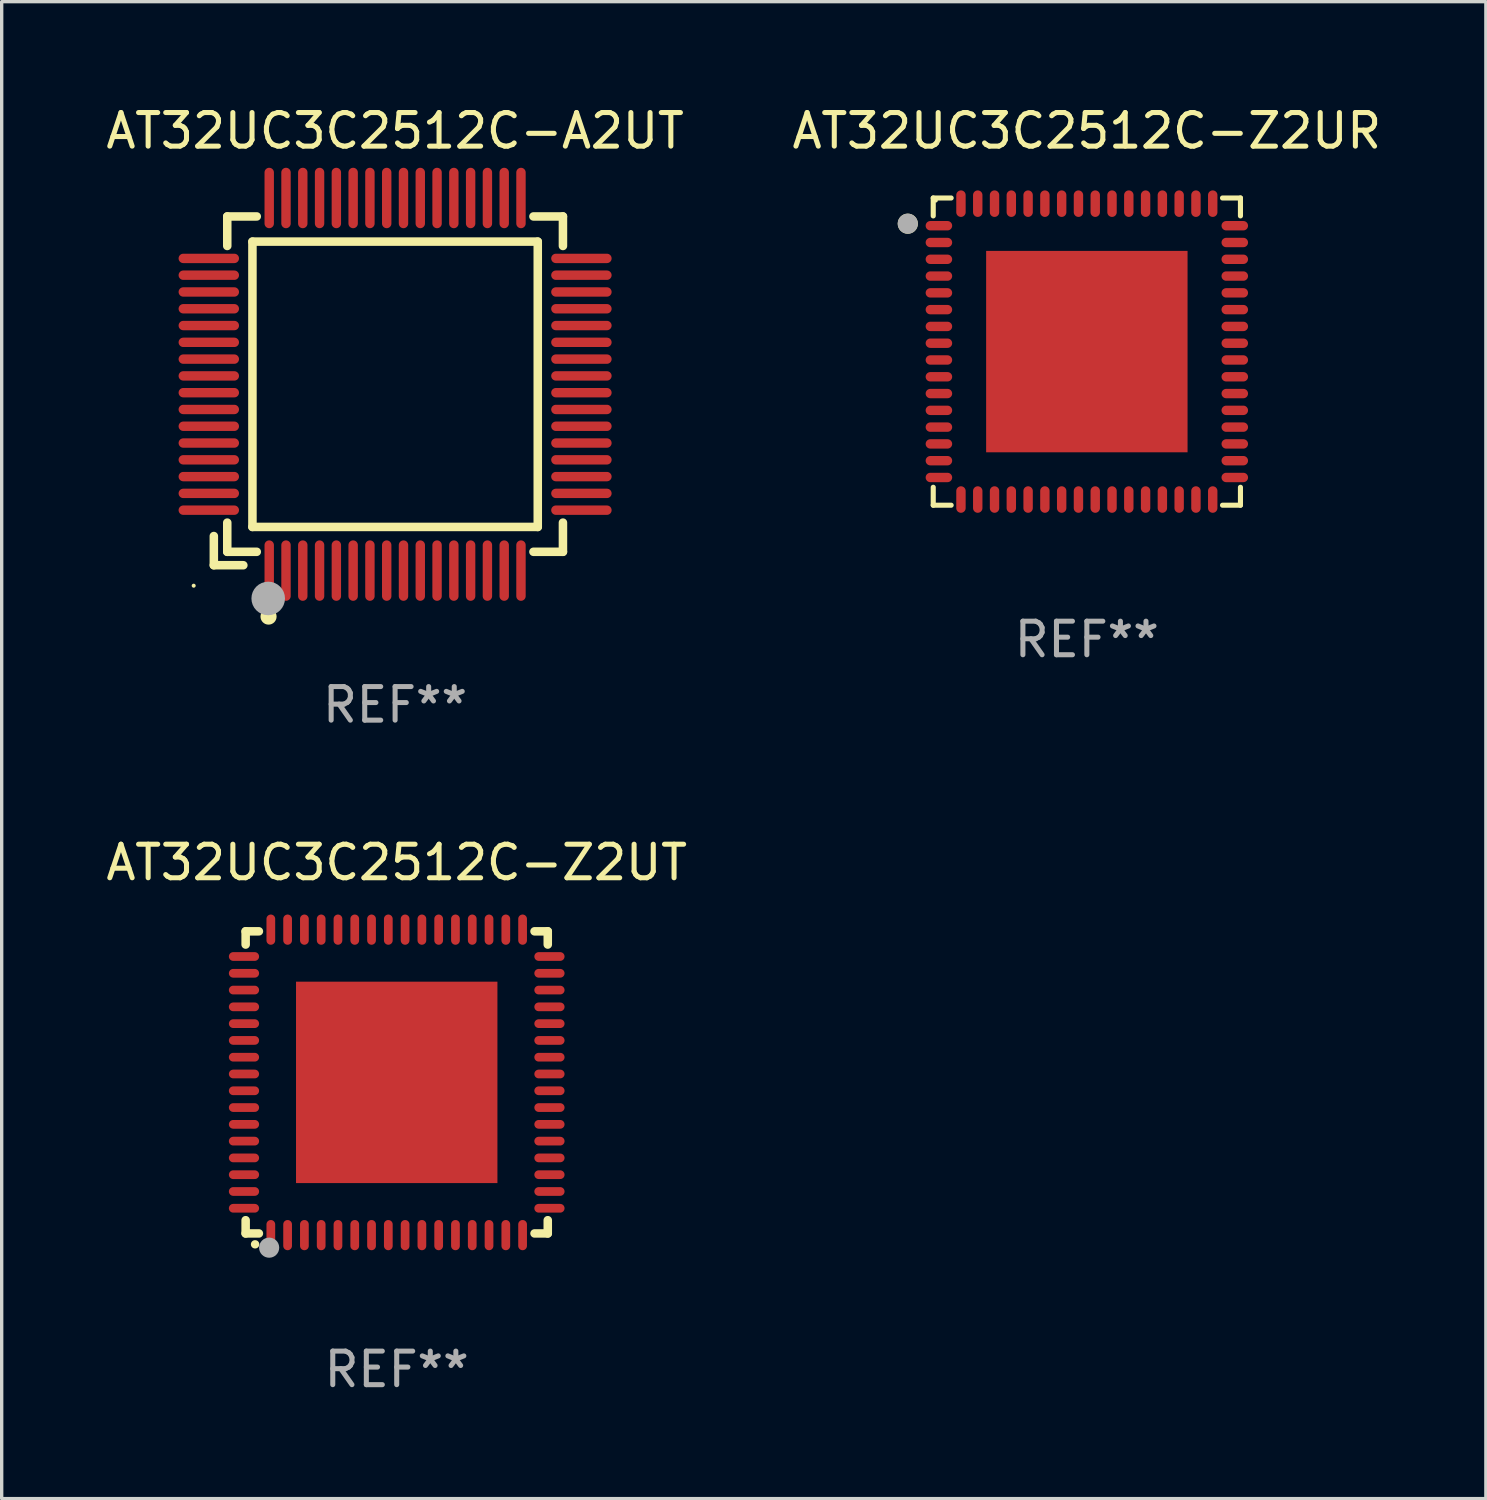
<source format=kicad_pcb>
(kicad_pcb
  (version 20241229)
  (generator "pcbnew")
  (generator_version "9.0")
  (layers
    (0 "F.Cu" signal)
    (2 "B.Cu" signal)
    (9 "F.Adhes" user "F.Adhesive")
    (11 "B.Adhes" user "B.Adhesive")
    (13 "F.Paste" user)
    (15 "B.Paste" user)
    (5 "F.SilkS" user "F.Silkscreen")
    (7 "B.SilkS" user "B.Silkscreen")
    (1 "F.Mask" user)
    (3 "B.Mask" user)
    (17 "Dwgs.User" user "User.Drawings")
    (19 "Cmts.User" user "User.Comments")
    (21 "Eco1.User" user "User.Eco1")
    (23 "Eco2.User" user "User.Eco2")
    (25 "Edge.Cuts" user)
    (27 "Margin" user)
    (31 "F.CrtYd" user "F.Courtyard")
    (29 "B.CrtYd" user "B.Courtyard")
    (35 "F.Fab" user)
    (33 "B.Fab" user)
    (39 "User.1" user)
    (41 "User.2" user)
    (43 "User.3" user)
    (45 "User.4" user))
  (footprint "AT32UC3C2512C-Z2UR"
    (layer "F.Cu")
    (at 29.327 7.424)
    (property "Reference" "AT32UC3C2512C-Z2UR" (at 0 -6.576 0) (layer "F.SilkS") (effects (font (size 1 1) (thickness 0.15))))
    (attr through_hole)
    (fp_line (start -4.576 -4.576) (end -4.042 -4.576) (stroke (width 0.152) (type solid)) (layer "F.SilkS"))
    (fp_line (start -4.576 -4.042) (end -4.576 -4.576) (stroke (width 0.152) (type solid)) (layer "F.SilkS"))
    (fp_line (start -4.576 4.042) (end -4.576 4.576) (stroke (width 0.152) (type solid)) (layer "F.SilkS"))
    (fp_line (start -4.576 4.576) (end -4.042 4.576) (stroke (width 0.152) (type solid)) (layer "F.SilkS"))
    (fp_line (start 4.576 -4.576) (end 4.042 -4.576) (stroke (width 0.152) (type solid)) (layer "F.SilkS"))
    (fp_line (start 4.576 -4.042) (end 4.576 -4.576) (stroke (width 0.152) (type solid)) (layer "F.SilkS"))
    (fp_line (start 4.576 4.042) (end 4.576 4.576) (stroke (width 0.152) (type solid)) (layer "F.SilkS"))
    (fp_line (start 4.576 4.576) (end 4.042 4.576) (stroke (width 0.152) (type solid)) (layer "F.SilkS"))
    (fp_circle (center -5.334 -3.81) (end -5.184 -3.81) (stroke (width 0.3) (type solid)) (fill no) (layer "F.SilkS"))
    (fp_circle (center -4.5 -4.5) (end -4.47 -4.5) (stroke (width 0.06) (type solid)) (fill no) (layer "F.SilkS"))
    (fp_circle (center -5.334 -3.81) (end -5.184 -3.81) (stroke (width 0.3) (type solid)) (fill no) (layer "F.Fab"))
    (fp_text user "REF**" (at 0 8.576 0) (layer "F.Fab") (effects (font (size 1 1) (thickness 0.15))))
    (pad "1" smd oval (at -4.407 -3.75) (size 0.79 0.28) (layers "F.Cu" "F.Mask" "F.Paste"))
    (pad "2" smd oval (at -4.407 -3.25) (size 0.79 0.28) (layers "F.Cu" "F.Mask" "F.Paste"))
    (pad "3" smd oval (at -4.407 -2.75) (size 0.79 0.28) (layers "F.Cu" "F.Mask" "F.Paste"))
    (pad "4" smd oval (at -4.407 -2.25) (size 0.79 0.28) (layers "F.Cu" "F.Mask" "F.Paste"))
    (pad "5" smd oval (at -4.407 -1.75) (size 0.79 0.28) (layers "F.Cu" "F.Mask" "F.Paste"))
    (pad "6" smd oval (at -4.407 -1.25) (size 0.79 0.28) (layers "F.Cu" "F.Mask" "F.Paste"))
    (pad "7" smd oval (at -4.407 -0.75) (size 0.79 0.28) (layers "F.Cu" "F.Mask" "F.Paste"))
    (pad "8" smd oval (at -4.407 -0.25) (size 0.79 0.28) (layers "F.Cu" "F.Mask" "F.Paste"))
    (pad "9" smd oval (at -4.407 0.25) (size 0.79 0.28) (layers "F.Cu" "F.Mask" "F.Paste"))
    (pad "10" smd oval (at -4.407 0.75) (size 0.79 0.28) (layers "F.Cu" "F.Mask" "F.Paste"))
    (pad "11" smd oval (at -4.407 1.25) (size 0.79 0.28) (layers "F.Cu" "F.Mask" "F.Paste"))
    (pad "12" smd oval (at -4.407 1.75) (size 0.79 0.28) (layers "F.Cu" "F.Mask" "F.Paste"))
    (pad "13" smd oval (at -4.407 2.25) (size 0.79 0.28) (layers "F.Cu" "F.Mask" "F.Paste"))
    (pad "14" smd oval (at -4.407 2.75) (size 0.79 0.28) (layers "F.Cu" "F.Mask" "F.Paste"))
    (pad "15" smd oval (at -4.407 3.25) (size 0.79 0.28) (layers "F.Cu" "F.Mask" "F.Paste"))
    (pad "16" smd oval (at -4.407 3.75) (size 0.79 0.28) (layers "F.Cu" "F.Mask" "F.Paste"))
    (pad "17" smd oval (at -3.75 4.407) (size 0.28 0.79) (layers "F.Cu" "F.Mask" "F.Paste"))
    (pad "18" smd oval (at -3.25 4.407) (size 0.28 0.79) (layers "F.Cu" "F.Mask" "F.Paste"))
    (pad "19" smd oval (at -2.75 4.407) (size 0.28 0.79) (layers "F.Cu" "F.Mask" "F.Paste"))
    (pad "20" smd oval (at -2.25 4.407) (size 0.28 0.79) (layers "F.Cu" "F.Mask" "F.Paste"))
    (pad "21" smd oval (at -1.75 4.407) (size 0.28 0.79) (layers "F.Cu" "F.Mask" "F.Paste"))
    (pad "22" smd oval (at -1.25 4.407) (size 0.28 0.79) (layers "F.Cu" "F.Mask" "F.Paste"))
    (pad "23" smd oval (at -0.75 4.407) (size 0.28 0.79) (layers "F.Cu" "F.Mask" "F.Paste"))
    (pad "24" smd oval (at -0.25 4.407) (size 0.28 0.79) (layers "F.Cu" "F.Mask" "F.Paste"))
    (pad "25" smd oval (at 0.25 4.407) (size 0.28 0.79) (layers "F.Cu" "F.Mask" "F.Paste"))
    (pad "26" smd oval (at 0.75 4.407) (size 0.28 0.79) (layers "F.Cu" "F.Mask" "F.Paste"))
    (pad "27" smd oval (at 1.25 4.407) (size 0.28 0.79) (layers "F.Cu" "F.Mask" "F.Paste"))
    (pad "28" smd oval (at 1.75 4.407) (size 0.28 0.79) (layers "F.Cu" "F.Mask" "F.Paste"))
    (pad "29" smd oval (at 2.25 4.407) (size 0.28 0.79) (layers "F.Cu" "F.Mask" "F.Paste"))
    (pad "30" smd oval (at 2.75 4.407) (size 0.28 0.79) (layers "F.Cu" "F.Mask" "F.Paste"))
    (pad "31" smd oval (at 3.25 4.407) (size 0.28 0.79) (layers "F.Cu" "F.Mask" "F.Paste"))
    (pad "32" smd oval (at 3.75 4.407) (size 0.28 0.79) (layers "F.Cu" "F.Mask" "F.Paste"))
    (pad "33" smd oval (at 4.407 3.75) (size 0.79 0.28) (layers "F.Cu" "F.Mask" "F.Paste"))
    (pad "34" smd oval (at 4.407 3.25) (size 0.79 0.28) (layers "F.Cu" "F.Mask" "F.Paste"))
    (pad "35" smd oval (at 4.407 2.75) (size 0.79 0.28) (layers "F.Cu" "F.Mask" "F.Paste"))
    (pad "36" smd oval (at 4.407 2.25) (size 0.79 0.28) (layers "F.Cu" "F.Mask" "F.Paste"))
    (pad "37" smd oval (at 4.407 1.75) (size 0.79 0.28) (layers "F.Cu" "F.Mask" "F.Paste"))
    (pad "38" smd oval (at 4.407 1.25) (size 0.79 0.28) (layers "F.Cu" "F.Mask" "F.Paste"))
    (pad "39" smd oval (at 4.407 0.75) (size 0.79 0.28) (layers "F.Cu" "F.Mask" "F.Paste"))
    (pad "40" smd oval (at 4.407 0.25) (size 0.79 0.28) (layers "F.Cu" "F.Mask" "F.Paste"))
    (pad "41" smd oval (at 4.407 -0.25) (size 0.79 0.28) (layers "F.Cu" "F.Mask" "F.Paste"))
    (pad "42" smd oval (at 4.407 -0.75) (size 0.79 0.28) (layers "F.Cu" "F.Mask" "F.Paste"))
    (pad "43" smd oval (at 4.407 -1.25) (size 0.79 0.28) (layers "F.Cu" "F.Mask" "F.Paste"))
    (pad "44" smd oval (at 4.407 -1.75) (size 0.79 0.28) (layers "F.Cu" "F.Mask" "F.Paste"))
    (pad "45" smd oval (at 4.407 -2.25) (size 0.79 0.28) (layers "F.Cu" "F.Mask" "F.Paste"))
    (pad "46" smd oval (at 4.407 -2.75) (size 0.79 0.28) (layers "F.Cu" "F.Mask" "F.Paste"))
    (pad "47" smd oval (at 4.407 -3.25) (size 0.79 0.28) (layers "F.Cu" "F.Mask" "F.Paste"))
    (pad "48" smd oval (at 4.407 -3.75) (size 0.79 0.28) (layers "F.Cu" "F.Mask" "F.Paste"))
    (pad "49" smd oval (at 3.75 -4.407) (size 0.28 0.79) (layers "F.Cu" "F.Mask" "F.Paste"))
    (pad "50" smd oval (at 3.25 -4.407) (size 0.28 0.79) (layers "F.Cu" "F.Mask" "F.Paste"))
    (pad "51" smd oval (at 2.75 -4.407) (size 0.28 0.79) (layers "F.Cu" "F.Mask" "F.Paste"))
    (pad "52" smd oval (at 2.25 -4.407) (size 0.28 0.79) (layers "F.Cu" "F.Mask" "F.Paste"))
    (pad "53" smd oval (at 1.75 -4.407) (size 0.28 0.79) (layers "F.Cu" "F.Mask" "F.Paste"))
    (pad "54" smd oval (at 1.25 -4.407) (size 0.28 0.79) (layers "F.Cu" "F.Mask" "F.Paste"))
    (pad "55" smd oval (at 0.75 -4.407) (size 0.28 0.79) (layers "F.Cu" "F.Mask" "F.Paste"))
    (pad "56" smd oval (at 0.25 -4.407) (size 0.28 0.79) (layers "F.Cu" "F.Mask" "F.Paste"))
    (pad "57" smd oval (at -0.25 -4.407) (size 0.28 0.79) (layers "F.Cu" "F.Mask" "F.Paste"))
    (pad "58" smd oval (at -0.75 -4.407) (size 0.28 0.79) (layers "F.Cu" "F.Mask" "F.Paste"))
    (pad "59" smd oval (at -1.25 -4.407) (size 0.28 0.79) (layers "F.Cu" "F.Mask" "F.Paste"))
    (pad "60" smd oval (at -1.75 -4.407) (size 0.28 0.79) (layers "F.Cu" "F.Mask" "F.Paste"))
    (pad "61" smd oval (at -2.25 -4.407) (size 0.28 0.79) (layers "F.Cu" "F.Mask" "F.Paste"))
    (pad "62" smd oval (at -2.75 -4.407) (size 0.28 0.79) (layers "F.Cu" "F.Mask" "F.Paste"))
    (pad "63" smd oval (at -3.25 -4.407) (size 0.28 0.79) (layers "F.Cu" "F.Mask" "F.Paste"))
    (pad "64" smd oval (at -3.75 -4.407) (size 0.28 0.79) (layers "F.Cu" "F.Mask" "F.Paste"))
    (pad "65" smd rect (at 0 0) (size 6 6) (layers "F.Cu" "F.Mask" "F.Paste")))
  (footprint "AT32UC3C2512C-Z2UT"
    (layer "F.Cu")
    (at 8.768 29.194)
    (property "Reference" "AT32UC3C2512C-Z2UT" (at 0 -6.55 0) (layer "F.SilkS") (effects (font (size 1 1) (thickness 0.15))))
    (attr through_hole)
    (fp_line (start -4.5 -4.5) (end -4.106 -4.5) (stroke (width 0.254) (type solid)) (layer "F.SilkS"))
    (fp_line (start -4.5 -4.106) (end -4.5 -4.5) (stroke (width 0.254) (type solid)) (layer "F.SilkS"))
    (fp_line (start -4.5 4.5) (end -4.5 4.106) (stroke (width 0.254) (type solid)) (layer "F.SilkS"))
    (fp_line (start -4.106 4.5) (end -4.5 4.5) (stroke (width 0.254) (type solid)) (layer "F.SilkS"))
    (fp_line (start 4.106 -4.5) (end 4.5 -4.5) (stroke (width 0.254) (type solid)) (layer "F.SilkS"))
    (fp_line (start 4.5 -4.5) (end 4.5 -4.106) (stroke (width 0.254) (type solid)) (layer "F.SilkS"))
    (fp_line (start 4.5 4.106) (end 4.5 4.5) (stroke (width 0.254) (type solid)) (layer "F.SilkS"))
    (fp_line (start 4.5 4.5) (end 4.106 4.5) (stroke (width 0.254) (type solid)) (layer "F.SilkS"))
    (fp_arc (start -4.220041 4.824308) (mid -4.218771 4.824302) (end -4.217501 4.824308) (stroke (width 0.24892) (type solid)) (layer "F.SilkS"))
    (fp_circle (center -4.5 4.5) (end -4.47 4.5) (stroke (width 0.06) (type solid)) (fill no) (layer "F.SilkS"))
    (fp_circle (center -3.8 4.924) (end -3.65 4.924) (stroke (width 0.3) (type solid)) (fill no) (layer "F.Fab"))
    (fp_text user "REF**" (at 0 8.55 0) (layer "F.Fab") (effects (font (size 1 1) (thickness 0.15))))
    (pad "1" smd oval (at -3.75 4.55 90) (size 0.9 0.26) (layers "F.Cu" "F.Mask" "F.Paste"))
    (pad "2" smd oval (at -3.25 4.55 90) (size 0.9 0.26) (layers "F.Cu" "F.Mask" "F.Paste"))
    (pad "3" smd oval (at -2.75 4.55 90) (size 0.9 0.26) (layers "F.Cu" "F.Mask" "F.Paste"))
    (pad "4" smd oval (at -2.25 4.55 90) (size 0.9 0.26) (layers "F.Cu" "F.Mask" "F.Paste"))
    (pad "5" smd oval (at -1.75 4.55 90) (size 0.9 0.26) (layers "F.Cu" "F.Mask" "F.Paste"))
    (pad "6" smd oval (at -1.25 4.55 90) (size 0.9 0.26) (layers "F.Cu" "F.Mask" "F.Paste"))
    (pad "7" smd oval (at -0.75 4.55 90) (size 0.9 0.26) (layers "F.Cu" "F.Mask" "F.Paste"))
    (pad "8" smd oval (at -0.25 4.55 90) (size 0.9 0.26) (layers "F.Cu" "F.Mask" "F.Paste"))
    (pad "9" smd oval (at 0.25 4.55 90) (size 0.9 0.26) (layers "F.Cu" "F.Mask" "F.Paste"))
    (pad "10" smd oval (at 0.75 4.55 90) (size 0.9 0.26) (layers "F.Cu" "F.Mask" "F.Paste"))
    (pad "11" smd oval (at 1.25 4.55 90) (size 0.9 0.26) (layers "F.Cu" "F.Mask" "F.Paste"))
    (pad "12" smd oval (at 1.75 4.55 90) (size 0.9 0.26) (layers "F.Cu" "F.Mask" "F.Paste"))
    (pad "13" smd oval (at 2.25 4.55 90) (size 0.9 0.26) (layers "F.Cu" "F.Mask" "F.Paste"))
    (pad "14" smd oval (at 2.75 4.55 90) (size 0.9 0.26) (layers "F.Cu" "F.Mask" "F.Paste"))
    (pad "15" smd oval (at 3.25 4.55 90) (size 0.9 0.26) (layers "F.Cu" "F.Mask" "F.Paste"))
    (pad "16" smd oval (at 3.75 4.55 90) (size 0.9 0.26) (layers "F.Cu" "F.Mask" "F.Paste"))
    (pad "17" smd oval (at 4.55 3.75 90) (size 0.26 0.9) (layers "F.Cu" "F.Mask" "F.Paste"))
    (pad "18" smd oval (at 4.55 3.25 90) (size 0.26 0.9) (layers "F.Cu" "F.Mask" "F.Paste"))
    (pad "19" smd oval (at 4.55 2.75 90) (size 0.26 0.9) (layers "F.Cu" "F.Mask" "F.Paste"))
    (pad "20" smd oval (at 4.55 2.25 90) (size 0.26 0.9) (layers "F.Cu" "F.Mask" "F.Paste"))
    (pad "21" smd oval (at 4.55 1.75 90) (size 0.26 0.9) (layers "F.Cu" "F.Mask" "F.Paste"))
    (pad "22" smd oval (at 4.55 1.25 90) (size 0.26 0.9) (layers "F.Cu" "F.Mask" "F.Paste"))
    (pad "23" smd oval (at 4.55 0.75 90) (size 0.26 0.9) (layers "F.Cu" "F.Mask" "F.Paste"))
    (pad "24" smd oval (at 4.55 0.25 90) (size 0.26 0.9) (layers "F.Cu" "F.Mask" "F.Paste"))
    (pad "25" smd oval (at 4.55 -0.25 90) (size 0.26 0.9) (layers "F.Cu" "F.Mask" "F.Paste"))
    (pad "26" smd oval (at 4.55 -0.75 90) (size 0.26 0.9) (layers "F.Cu" "F.Mask" "F.Paste"))
    (pad "27" smd oval (at 4.55 -1.25 90) (size 0.26 0.9) (layers "F.Cu" "F.Mask" "F.Paste"))
    (pad "28" smd oval (at 4.55 -1.75 90) (size 0.26 0.9) (layers "F.Cu" "F.Mask" "F.Paste"))
    (pad "29" smd oval (at 4.55 -2.25 90) (size 0.26 0.9) (layers "F.Cu" "F.Mask" "F.Paste"))
    (pad "30" smd oval (at 4.55 -2.75 90) (size 0.26 0.9) (layers "F.Cu" "F.Mask" "F.Paste"))
    (pad "31" smd oval (at 4.55 -3.25 90) (size 0.26 0.9) (layers "F.Cu" "F.Mask" "F.Paste"))
    (pad "32" smd oval (at 4.55 -3.75 90) (size 0.26 0.9) (layers "F.Cu" "F.Mask" "F.Paste"))
    (pad "33" smd oval (at 3.75 -4.55 90) (size 0.9 0.26) (layers "F.Cu" "F.Mask" "F.Paste"))
    (pad "34" smd oval (at 3.25 -4.55 90) (size 0.9 0.26) (layers "F.Cu" "F.Mask" "F.Paste"))
    (pad "35" smd oval (at 2.75 -4.55 90) (size 0.9 0.26) (layers "F.Cu" "F.Mask" "F.Paste"))
    (pad "36" smd oval (at 2.25 -4.55 90) (size 0.9 0.26) (layers "F.Cu" "F.Mask" "F.Paste"))
    (pad "37" smd oval (at 1.75 -4.55 90) (size 0.9 0.26) (layers "F.Cu" "F.Mask" "F.Paste"))
    (pad "38" smd oval (at 1.25 -4.55 90) (size 0.9 0.26) (layers "F.Cu" "F.Mask" "F.Paste"))
    (pad "39" smd oval (at 0.75 -4.55 90) (size 0.9 0.26) (layers "F.Cu" "F.Mask" "F.Paste"))
    (pad "40" smd oval (at 0.25 -4.55 90) (size 0.9 0.26) (layers "F.Cu" "F.Mask" "F.Paste"))
    (pad "41" smd oval (at -0.25 -4.55 90) (size 0.9 0.26) (layers "F.Cu" "F.Mask" "F.Paste"))
    (pad "42" smd oval (at -0.75 -4.55 90) (size 0.9 0.26) (layers "F.Cu" "F.Mask" "F.Paste"))
    (pad "43" smd oval (at -1.25 -4.55 90) (size 0.9 0.26) (layers "F.Cu" "F.Mask" "F.Paste"))
    (pad "44" smd oval (at -1.75 -4.55 90) (size 0.9 0.26) (layers "F.Cu" "F.Mask" "F.Paste"))
    (pad "45" smd oval (at -2.25 -4.55 90) (size 0.9 0.26) (layers "F.Cu" "F.Mask" "F.Paste"))
    (pad "46" smd oval (at -2.75 -4.55 90) (size 0.9 0.26) (layers "F.Cu" "F.Mask" "F.Paste"))
    (pad "47" smd oval (at -3.25 -4.55 90) (size 0.9 0.26) (layers "F.Cu" "F.Mask" "F.Paste"))
    (pad "48" smd oval (at -3.75 -4.55 90) (size 0.9 0.26) (layers "F.Cu" "F.Mask" "F.Paste"))
    (pad "49" smd oval (at -4.55 -3.75 90) (size 0.26 0.9) (layers "F.Cu" "F.Mask" "F.Paste"))
    (pad "50" smd oval (at -4.55 -3.25 90) (size 0.26 0.9) (layers "F.Cu" "F.Mask" "F.Paste"))
    (pad "51" smd oval (at -4.55 -2.75 90) (size 0.26 0.9) (layers "F.Cu" "F.Mask" "F.Paste"))
    (pad "52" smd oval (at -4.55 -2.25 90) (size 0.26 0.9) (layers "F.Cu" "F.Mask" "F.Paste"))
    (pad "53" smd oval (at -4.55 -1.75 90) (size 0.26 0.9) (layers "F.Cu" "F.Mask" "F.Paste"))
    (pad "54" smd oval (at -4.55 -1.25 90) (size 0.26 0.9) (layers "F.Cu" "F.Mask" "F.Paste"))
    (pad "55" smd oval (at -4.55 -0.75 90) (size 0.26 0.9) (layers "F.Cu" "F.Mask" "F.Paste"))
    (pad "56" smd oval (at -4.55 -0.25 90) (size 0.26 0.9) (layers "F.Cu" "F.Mask" "F.Paste"))
    (pad "57" smd oval (at -4.55 0.25 90) (size 0.26 0.9) (layers "F.Cu" "F.Mask" "F.Paste"))
    (pad "58" smd oval (at -4.55 0.75 90) (size 0.26 0.9) (layers "F.Cu" "F.Mask" "F.Paste"))
    (pad "59" smd oval (at -4.55 1.25 90) (size 0.26 0.9) (layers "F.Cu" "F.Mask" "F.Paste"))
    (pad "60" smd oval (at -4.55 1.75 90) (size 0.26 0.9) (layers "F.Cu" "F.Mask" "F.Paste"))
    (pad "61" smd oval (at -4.55 2.25 90) (size 0.26 0.9) (layers "F.Cu" "F.Mask" "F.Paste"))
    (pad "62" smd oval (at -4.55 2.75 90) (size 0.26 0.9) (layers "F.Cu" "F.Mask" "F.Paste"))
    (pad "63" smd oval (at -4.55 3.25 90) (size 0.26 0.9) (layers "F.Cu" "F.Mask" "F.Paste"))
    (pad "64" smd oval (at -4.55 3.75 90) (size 0.26 0.9) (layers "F.Cu" "F.Mask" "F.Paste"))
    (pad "65" smd rect (at 0.000381 0 90) (size 6 6) (layers "F.Cu" "F.Mask" "F.Paste")))
  (footprint "AT32UC3C2512C-A2UT"
    (layer "F.Cu")
    (at 8.72 8.398)
    (property "Reference" "AT32UC3C2512C-A2UT" (at 0 -7.55 0) (layer "F.SilkS") (effects (font (size 1 1) (thickness 0.15))))
    (attr through_hole)
    (fp_line (start -5.4 4.521) (end -5.4 5.39) (stroke (width 0.254) (type solid)) (layer "F.SilkS"))
    (fp_line (start -5.4 5.39) (end -4.521 5.39) (stroke (width 0.254) (type solid)) (layer "F.SilkS"))
    (fp_line (start -5 -5) (end -5 -4.121) (stroke (width 0.254) (type solid)) (layer "F.SilkS"))
    (fp_line (start -5 4.121) (end -5 4.99) (stroke (width 0.254) (type solid)) (layer "F.SilkS"))
    (fp_line (start -5 4.99) (end -4.121 4.99) (stroke (width 0.254) (type solid)) (layer "F.SilkS"))
    (fp_line (start -4.25 -4.25) (end -4.25 4.25) (stroke (width 0.254) (type solid)) (layer "F.SilkS"))
    (fp_line (start -4.25 4.25) (end 4.25 4.25) (stroke (width 0.254) (type solid)) (layer "F.SilkS"))
    (fp_line (start -4.121 -5) (end -5 -5) (stroke (width 0.254) (type solid)) (layer "F.SilkS"))
    (fp_line (start 4.121 4.99) (end 5 4.99) (stroke (width 0.254) (type solid)) (layer "F.SilkS"))
    (fp_line (start 4.25 -4.25) (end -4.25 -4.25) (stroke (width 0.254) (type solid)) (layer "F.SilkS"))
    (fp_line (start 4.25 4.25) (end 4.25 -4.25) (stroke (width 0.254) (type solid)) (layer "F.SilkS"))
    (fp_line (start 5 -5) (end 4.121 -5) (stroke (width 0.254) (type solid)) (layer "F.SilkS"))
    (fp_line (start 5 -4.121) (end 5 -5) (stroke (width 0.254) (type solid)) (layer "F.SilkS"))
    (fp_line (start 5 4.99) (end 5 4.121) (stroke (width 0.254) (type solid)) (layer "F.SilkS"))
    (fp_circle (center -6 6) (end -5.97 6) (stroke (width 0.06) (type solid)) (fill no) (layer "F.SilkS"))
    (fp_circle (center -3.77 6.92) (end -3.65 6.92) (stroke (width 0.24) (type solid)) (fill no) (layer "F.SilkS"))
    (fp_circle (center -3.78 6.38) (end -3.53 6.38) (stroke (width 0.5) (type solid)) (fill no) (layer "F.Fab"))
    (fp_text user "REF**" (at 0 9.55 0) (layer "F.Fab") (effects (font (size 1 1) (thickness 0.15))))
    (pad "1" smd oval (at -3.75 5.55) (size 0.28 1.8) (layers "F.Cu" "F.Mask" "F.Paste"))
    (pad "2" smd oval (at -3.25 5.55) (size 0.28 1.8) (layers "F.Cu" "F.Mask" "F.Paste"))
    (pad "3" smd oval (at -2.75 5.55) (size 0.28 1.8) (layers "F.Cu" "F.Mask" "F.Paste"))
    (pad "4" smd oval (at -2.25 5.55) (size 0.28 1.8) (layers "F.Cu" "F.Mask" "F.Paste"))
    (pad "5" smd oval (at -1.75 5.55) (size 0.28 1.8) (layers "F.Cu" "F.Mask" "F.Paste"))
    (pad "6" smd oval (at -1.25 5.55) (size 0.28 1.8) (layers "F.Cu" "F.Mask" "F.Paste"))
    (pad "7" smd oval (at -0.75 5.55) (size 0.28 1.8) (layers "F.Cu" "F.Mask" "F.Paste"))
    (pad "8" smd oval (at -0.25 5.55) (size 0.28 1.8) (layers "F.Cu" "F.Mask" "F.Paste"))
    (pad "9" smd oval (at 0.25 5.55) (size 0.28 1.8) (layers "F.Cu" "F.Mask" "F.Paste"))
    (pad "10" smd oval (at 0.75 5.55) (size 0.28 1.8) (layers "F.Cu" "F.Mask" "F.Paste"))
    (pad "11" smd oval (at 1.25 5.55) (size 0.28 1.8) (layers "F.Cu" "F.Mask" "F.Paste"))
    (pad "12" smd oval (at 1.75 5.55) (size 0.28 1.8) (layers "F.Cu" "F.Mask" "F.Paste"))
    (pad "13" smd oval (at 2.25 5.55) (size 0.28 1.8) (layers "F.Cu" "F.Mask" "F.Paste"))
    (pad "14" smd oval (at 2.75 5.55) (size 0.28 1.8) (layers "F.Cu" "F.Mask" "F.Paste"))
    (pad "15" smd oval (at 3.25 5.55) (size 0.28 1.8) (layers "F.Cu" "F.Mask" "F.Paste"))
    (pad "16" smd oval (at 3.75 5.55) (size 0.28 1.8) (layers "F.Cu" "F.Mask" "F.Paste"))
    (pad "17" smd oval (at 5.55 3.75) (size 1.8 0.28) (layers "F.Cu" "F.Mask" "F.Paste"))
    (pad "18" smd oval (at 5.55 3.25) (size 1.8 0.28) (layers "F.Cu" "F.Mask" "F.Paste"))
    (pad "19" smd oval (at 5.55 2.75) (size 1.8 0.28) (layers "F.Cu" "F.Mask" "F.Paste"))
    (pad "20" smd oval (at 5.55 2.25) (size 1.8 0.28) (layers "F.Cu" "F.Mask" "F.Paste"))
    (pad "21" smd oval (at 5.55 1.75) (size 1.8 0.28) (layers "F.Cu" "F.Mask" "F.Paste"))
    (pad "22" smd oval (at 5.55 1.25) (size 1.8 0.28) (layers "F.Cu" "F.Mask" "F.Paste"))
    (pad "23" smd oval (at 5.55 0.75) (size 1.8 0.28) (layers "F.Cu" "F.Mask" "F.Paste"))
    (pad "24" smd oval (at 5.55 0.25) (size 1.8 0.28) (layers "F.Cu" "F.Mask" "F.Paste"))
    (pad "25" smd oval (at 5.55 -0.25) (size 1.8 0.28) (layers "F.Cu" "F.Mask" "F.Paste"))
    (pad "26" smd oval (at 5.55 -0.75) (size 1.8 0.28) (layers "F.Cu" "F.Mask" "F.Paste"))
    (pad "27" smd oval (at 5.55 -1.25) (size 1.8 0.28) (layers "F.Cu" "F.Mask" "F.Paste"))
    (pad "28" smd oval (at 5.55 -1.75) (size 1.8 0.28) (layers "F.Cu" "F.Mask" "F.Paste"))
    (pad "29" smd oval (at 5.55 -2.25) (size 1.8 0.28) (layers "F.Cu" "F.Mask" "F.Paste"))
    (pad "30" smd oval (at 5.55 -2.75) (size 1.8 0.28) (layers "F.Cu" "F.Mask" "F.Paste"))
    (pad "31" smd oval (at 5.55 -3.25) (size 1.8 0.28) (layers "F.Cu" "F.Mask" "F.Paste"))
    (pad "32" smd oval (at 5.55 -3.75) (size 1.8 0.28) (layers "F.Cu" "F.Mask" "F.Paste"))
    (pad "33" smd oval (at 3.75 -5.55) (size 0.28 1.8) (layers "F.Cu" "F.Mask" "F.Paste"))
    (pad "34" smd oval (at 3.25 -5.55) (size 0.28 1.8) (layers "F.Cu" "F.Mask" "F.Paste"))
    (pad "35" smd oval (at 2.75 -5.55) (size 0.28 1.8) (layers "F.Cu" "F.Mask" "F.Paste"))
    (pad "36" smd oval (at 2.25 -5.55) (size 0.28 1.8) (layers "F.Cu" "F.Mask" "F.Paste"))
    (pad "37" smd oval (at 1.75 -5.55) (size 0.28 1.8) (layers "F.Cu" "F.Mask" "F.Paste"))
    (pad "38" smd oval (at 1.25 -5.55) (size 0.28 1.8) (layers "F.Cu" "F.Mask" "F.Paste"))
    (pad "39" smd oval (at 0.75 -5.55) (size 0.28 1.8) (layers "F.Cu" "F.Mask" "F.Paste"))
    (pad "40" smd oval (at 0.25 -5.55) (size 0.28 1.8) (layers "F.Cu" "F.Mask" "F.Paste"))
    (pad "41" smd oval (at -0.25 -5.55) (size 0.28 1.8) (layers "F.Cu" "F.Mask" "F.Paste"))
    (pad "42" smd oval (at -0.75 -5.55) (size 0.28 1.8) (layers "F.Cu" "F.Mask" "F.Paste"))
    (pad "43" smd oval (at -1.25 -5.55) (size 0.28 1.8) (layers "F.Cu" "F.Mask" "F.Paste"))
    (pad "44" smd oval (at -1.75 -5.55) (size 0.28 1.8) (layers "F.Cu" "F.Mask" "F.Paste"))
    (pad "45" smd oval (at -2.25 -5.55) (size 0.28 1.8) (layers "F.Cu" "F.Mask" "F.Paste"))
    (pad "46" smd oval (at -2.75 -5.55) (size 0.28 1.8) (layers "F.Cu" "F.Mask" "F.Paste"))
    (pad "47" smd oval (at -3.25 -5.55) (size 0.28 1.8) (layers "F.Cu" "F.Mask" "F.Paste"))
    (pad "48" smd oval (at -3.75 -5.55) (size 0.28 1.8) (layers "F.Cu" "F.Mask" "F.Paste"))
    (pad "49" smd oval (at -5.55 -3.75) (size 1.8 0.28) (layers "F.Cu" "F.Mask" "F.Paste"))
    (pad "50" smd oval (at -5.55 -3.25) (size 1.8 0.28) (layers "F.Cu" "F.Mask" "F.Paste"))
    (pad "51" smd oval (at -5.55 -2.75) (size 1.8 0.28) (layers "F.Cu" "F.Mask" "F.Paste"))
    (pad "52" smd oval (at -5.55 -2.25) (size 1.8 0.28) (layers "F.Cu" "F.Mask" "F.Paste"))
    (pad "53" smd oval (at -5.55 -1.75) (size 1.8 0.28) (layers "F.Cu" "F.Mask" "F.Paste"))
    (pad "54" smd oval (at -5.55 -1.25) (size 1.8 0.28) (layers "F.Cu" "F.Mask" "F.Paste"))
    (pad "55" smd oval (at -5.55 -0.75) (size 1.8 0.28) (layers "F.Cu" "F.Mask" "F.Paste"))
    (pad "56" smd oval (at -5.55 -0.25) (size 1.8 0.28) (layers "F.Cu" "F.Mask" "F.Paste"))
    (pad "57" smd oval (at -5.55 0.25) (size 1.8 0.28) (layers "F.Cu" "F.Mask" "F.Paste"))
    (pad "58" smd oval (at -5.55 0.75) (size 1.8 0.28) (layers "F.Cu" "F.Mask" "F.Paste"))
    (pad "59" smd oval (at -5.55 1.25) (size 1.8 0.28) (layers "F.Cu" "F.Mask" "F.Paste"))
    (pad "60" smd oval (at -5.55 1.75) (size 1.8 0.28) (layers "F.Cu" "F.Mask" "F.Paste"))
    (pad "61" smd oval (at -5.55 2.25) (size 1.8 0.28) (layers "F.Cu" "F.Mask" "F.Paste"))
    (pad "62" smd oval (at -5.55 2.75) (size 1.8 0.28) (layers "F.Cu" "F.Mask" "F.Paste"))
    (pad "63" smd oval (at -5.55 3.25) (size 1.8 0.28) (layers "F.Cu" "F.Mask" "F.Paste"))
    (pad "64" smd oval (at -5.55 3.75) (size 1.8 0.28) (layers "F.Cu" "F.Mask" "F.Paste")))
  (gr_rect
    (start -3 -3)
    (end 41.214 41.593)
    (stroke (width 0.1) (type default))
    (fill no)
    (layer "Edge.Cuts")))
</source>
